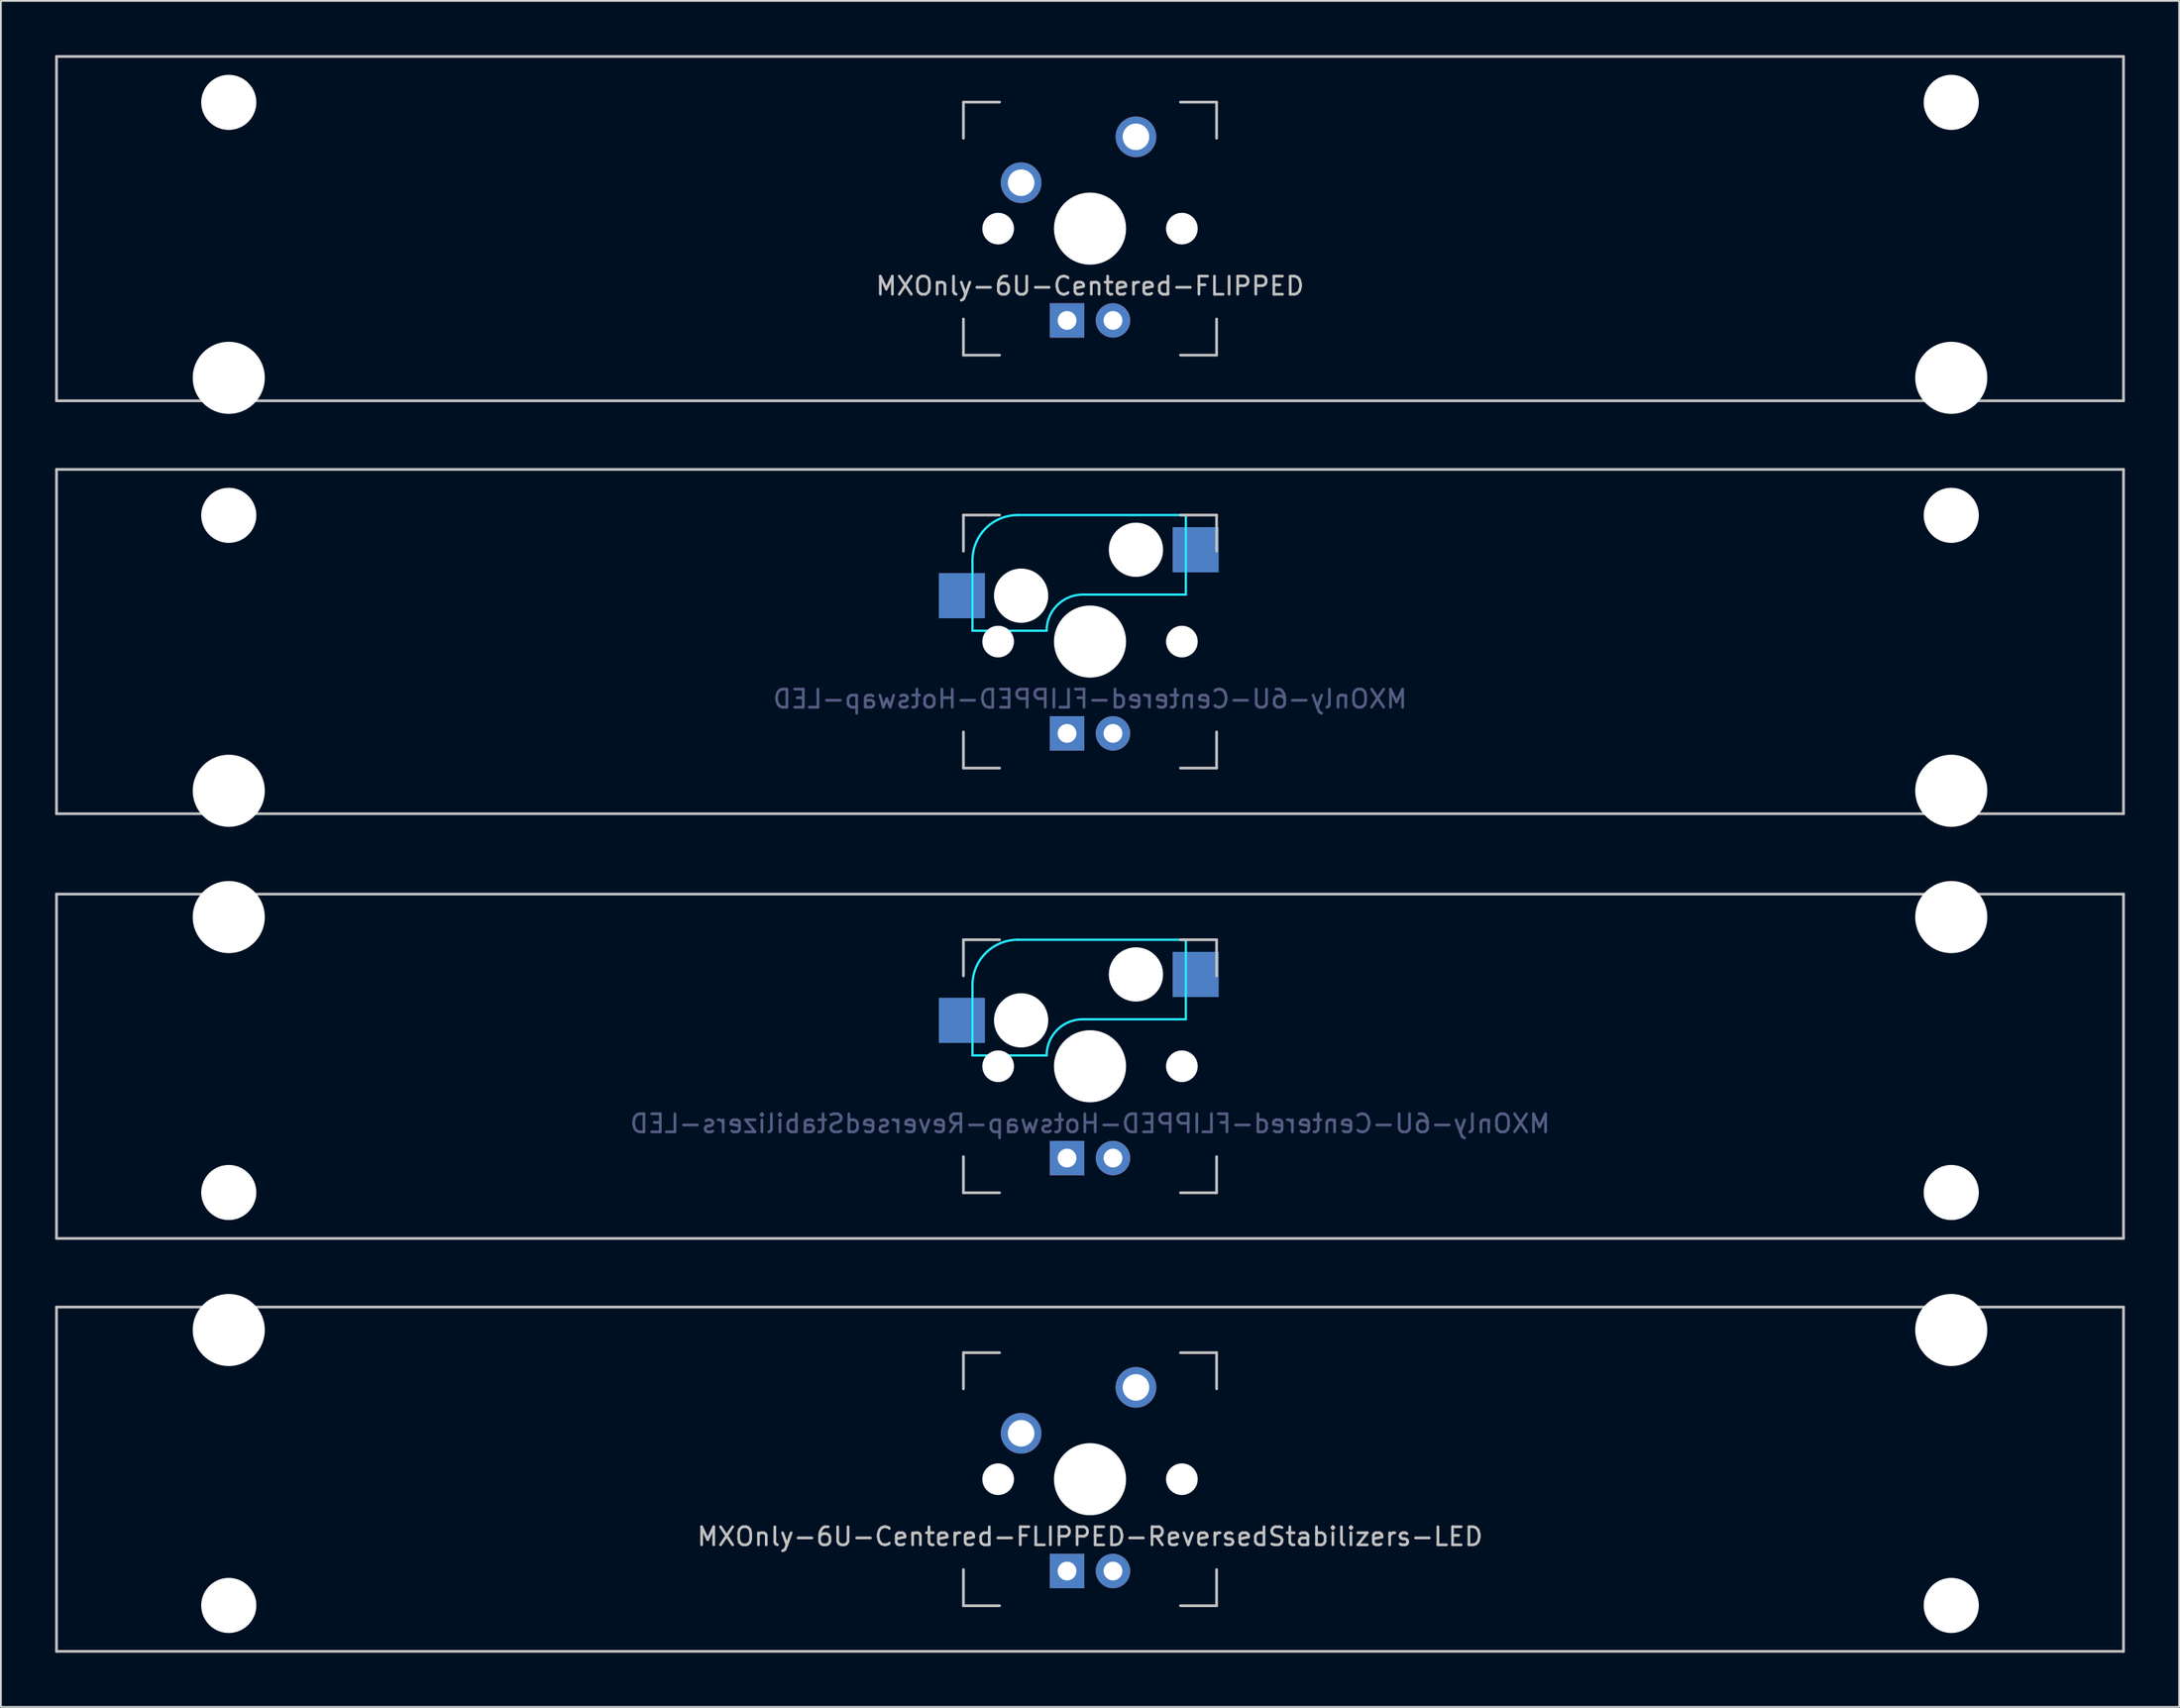
<source format=kicad_pcb>
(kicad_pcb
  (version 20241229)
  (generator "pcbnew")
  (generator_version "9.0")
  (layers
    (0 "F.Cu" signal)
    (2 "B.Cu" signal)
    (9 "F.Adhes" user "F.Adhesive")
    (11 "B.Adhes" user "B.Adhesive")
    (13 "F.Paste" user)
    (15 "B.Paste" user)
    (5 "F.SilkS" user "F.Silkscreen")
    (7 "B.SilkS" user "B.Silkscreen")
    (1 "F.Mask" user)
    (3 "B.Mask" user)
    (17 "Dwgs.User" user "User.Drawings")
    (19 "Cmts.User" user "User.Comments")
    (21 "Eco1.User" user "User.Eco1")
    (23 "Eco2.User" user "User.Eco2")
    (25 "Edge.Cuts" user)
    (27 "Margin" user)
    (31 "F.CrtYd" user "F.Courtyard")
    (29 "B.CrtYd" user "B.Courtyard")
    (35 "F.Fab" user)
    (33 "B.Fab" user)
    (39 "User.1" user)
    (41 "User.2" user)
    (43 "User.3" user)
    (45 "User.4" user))
  (footprint "MXOnly-6U-Centered-FLIPPED-Hotswap-ReversedStabilizers-LED"
    (layer "F.Cu")
    (at 57.225 55.947)
    (property "Reference" "MXOnly-6U-Centered-FLIPPED-Hotswap-ReversedStabilizers-LED" (at 0 3.175 0) (layer "B.Fab") (effects (font (size 1 1) (thickness 0.15)) (justify mirror)))
    (attr through_hole)
    (fp_line (start -57.15 -9.525) (end 57.15 -9.525) (stroke (width 0.15) (type solid)) (layer "Dwgs.User"))
    (fp_line (start -57.15 9.525) (end -57.15 -9.525) (stroke (width 0.15) (type solid)) (layer "Dwgs.User"))
    (fp_line (start -57.15 9.525) (end 57.15 9.525) (stroke (width 0.15) (type solid)) (layer "Dwgs.User"))
    (fp_line (start -7 -7) (end -7 -5) (stroke (width 0.15) (type solid)) (layer "Dwgs.User"))
    (fp_line (start -7 5) (end -7 7) (stroke (width 0.15) (type solid)) (layer "Dwgs.User"))
    (fp_line (start -7 7) (end -5 7) (stroke (width 0.15) (type solid)) (layer "Dwgs.User"))
    (fp_line (start -5 -7) (end -7 -7) (stroke (width 0.15) (type solid)) (layer "Dwgs.User"))
    (fp_line (start 5 -7) (end 7 -7) (stroke (width 0.15) (type solid)) (layer "Dwgs.User"))
    (fp_line (start 5 7) (end 7 7) (stroke (width 0.15) (type solid)) (layer "Dwgs.User"))
    (fp_line (start 7 -7) (end 7 -5) (stroke (width 0.15) (type solid)) (layer "Dwgs.User"))
    (fp_line (start 7 7) (end 7 5) (stroke (width 0.15) (type solid)) (layer "Dwgs.User"))
    (fp_line (start 57.15 -9.525) (end 57.15 9.525) (stroke (width 0.15) (type solid)) (layer "Dwgs.User"))
    (fp_line (start -6.5 -4.5) (end -6.5 -0.6) (stroke (width 0.127) (type solid)) (layer "B.CrtYd"))
    (fp_line (start -6.5 -0.6) (end -2.4 -0.6) (stroke (width 0.127) (type solid)) (layer "B.CrtYd"))
    (fp_line (start -0.4 -2.6) (end 5.3 -2.6) (stroke (width 0.127) (type solid)) (layer "B.CrtYd"))
    (fp_line (start 5.3 -7) (end -4 -7) (stroke (width 0.127) (type solid)) (layer "B.CrtYd"))
    (fp_line (start 5.3 -7) (end 5.3 -2.6) (stroke (width 0.127) (type solid)) (layer "B.CrtYd"))
    (fp_arc (start -6.5 -4.5) (mid -5.767767 -6.267767) (end -4 -7) (stroke (width 0.127) (type solid)) (layer "B.CrtYd"))
    (fp_arc (start -2.4 -0.6) (mid -1.814214 -2.014214) (end -0.4 -2.6) (stroke (width 0.127) (type solid)) (layer "B.CrtYd"))
    (pad "" np_thru_hole circle (at -47.625 -8.255) (size 3.988 3.988) (drill 3.988) (layers "*.Cu" "*.Mask"))
    (pad "" np_thru_hole circle (at -47.625 6.985) (size 3.048 3.048) (drill 3.048) (layers "*.Cu" "*.Mask"))
    (pad "" np_thru_hole circle (at -5.08 0 48.1) (size 1.75 1.75) (drill 1.75) (layers "*.Cu" "*.Mask"))
    (pad "" np_thru_hole circle (at -3.81 -2.54) (size 3 3) (drill 3) (layers "*.Cu" "*.Mask"))
    (pad "" np_thru_hole circle (at 0 0) (size 3.988 3.988) (drill 3.988) (layers "*.Cu" "*.Mask"))
    (pad "" np_thru_hole circle (at 2.54 -5.08) (size 3 3) (drill 3) (layers "*.Cu" "*.Mask"))
    (pad "" np_thru_hole circle (at 5.08 0 48.1) (size 1.75 1.75) (drill 1.75) (layers "*.Cu" "*.Mask"))
    (pad "" np_thru_hole circle (at 47.625 -8.255) (size 3.988 3.988) (drill 3.988) (layers "*.Cu" "*.Mask"))
    (pad "" np_thru_hole circle (at 47.625 6.985) (size 3.048 3.048) (drill 3.048) (layers "*.Cu" "*.Mask"))
    (pad "1" smd rect (at -7.085 -2.54) (size 2.55 2.5) (layers "B.Cu" "B.Mask" "B.Paste"))
    (pad "2" smd rect (at 5.842 -5.08) (size 2.55 2.5) (layers "B.Cu" "B.Mask" "B.Paste"))
    (pad "3" thru_hole circle (at 1.27 5.08) (size 1.905 1.905) (drill 1.04) (layers "*.Cu" "B.Mask"))
    (pad "4" thru_hole rect (at -1.27 5.08) (size 1.905 1.905) (drill 1.04) (layers "*.Cu" "B.Mask")))
  (footprint "MXOnly-6U-Centered-FLIPPED-ReversedStabilizers-LED"
    (layer "F.Cu")
    (at 57.225 78.796)
    (property "Reference" "MXOnly-6U-Centered-FLIPPED-ReversedStabilizers-LED" (at 0 3.175 0) (layer "Dwgs.User") (effects (font (size 1 1) (thickness 0.15))))
    (attr through_hole)
    (fp_line (start -57.15 -9.525) (end 57.15 -9.525) (stroke (width 0.15) (type solid)) (layer "Dwgs.User"))
    (fp_line (start -57.15 9.525) (end -57.15 -9.525) (stroke (width 0.15) (type solid)) (layer "Dwgs.User"))
    (fp_line (start -57.15 9.525) (end 57.15 9.525) (stroke (width 0.15) (type solid)) (layer "Dwgs.User"))
    (fp_line (start -7 -7) (end -7 -5) (stroke (width 0.15) (type solid)) (layer "Dwgs.User"))
    (fp_line (start -7 5) (end -7 7) (stroke (width 0.15) (type solid)) (layer "Dwgs.User"))
    (fp_line (start -7 7) (end -5 7) (stroke (width 0.15) (type solid)) (layer "Dwgs.User"))
    (fp_line (start -5 -7) (end -7 -7) (stroke (width 0.15) (type solid)) (layer "Dwgs.User"))
    (fp_line (start 5 -7) (end 7 -7) (stroke (width 0.15) (type solid)) (layer "Dwgs.User"))
    (fp_line (start 5 7) (end 7 7) (stroke (width 0.15) (type solid)) (layer "Dwgs.User"))
    (fp_line (start 7 -7) (end 7 -5) (stroke (width 0.15) (type solid)) (layer "Dwgs.User"))
    (fp_line (start 7 7) (end 7 5) (stroke (width 0.15) (type solid)) (layer "Dwgs.User"))
    (fp_line (start 57.15 -9.525) (end 57.15 9.525) (stroke (width 0.15) (type solid)) (layer "Dwgs.User"))
    (pad "" np_thru_hole circle (at -47.625 -8.255) (size 3.988 3.988) (drill 3.988) (layers "*.Cu" "*.Mask"))
    (pad "" np_thru_hole circle (at -47.625 6.985) (size 3.048 3.048) (drill 3.048) (layers "*.Cu" "*.Mask"))
    (pad "" np_thru_hole circle (at -5.08 0 48.1) (size 1.75 1.75) (drill 1.75) (layers "*.Cu" "*.Mask"))
    (pad "" np_thru_hole circle (at 0 0) (size 3.988 3.988) (drill 3.988) (layers "*.Cu" "*.Mask"))
    (pad "" np_thru_hole circle (at 5.08 0 48.1) (size 1.75 1.75) (drill 1.75) (layers "*.Cu" "*.Mask"))
    (pad "" np_thru_hole circle (at 47.625 -8.255) (size 3.988 3.988) (drill 3.988) (layers "*.Cu" "*.Mask"))
    (pad "" np_thru_hole circle (at 47.625 6.985) (size 3.048 3.048) (drill 3.048) (layers "*.Cu" "*.Mask"))
    (pad "1" thru_hole circle (at -3.81 -2.54) (size 2.25 2.25) (drill 1.47) (layers "*.Cu" "B.Mask"))
    (pad "2" thru_hole circle (at 2.54 -5.08) (size 2.25 2.25) (drill 1.47) (layers "*.Cu" "B.Mask"))
    (pad "3" thru_hole circle (at 1.27 5.08) (size 1.905 1.905) (drill 1.04) (layers "*.Cu" "B.Mask"))
    (pad "4" thru_hole rect (at -1.27 5.08) (size 1.905 1.905) (drill 1.04) (layers "*.Cu" "B.Mask")))
  (footprint "MXOnly-6U-Centered-FLIPPED"
    (layer "F.Cu")
    (at 57.225 9.6)
    (property "Reference" "MXOnly-6U-Centered-FLIPPED" (at 0 3.175 0) (layer "Dwgs.User") (effects (font (size 1 1) (thickness 0.15))))
    (attr through_hole)
    (fp_line (start -57.15 -9.525) (end 57.15 -9.525) (stroke (width 0.15) (type solid)) (layer "Dwgs.User"))
    (fp_line (start -57.15 9.525) (end -57.15 -9.525) (stroke (width 0.15) (type solid)) (layer "Dwgs.User"))
    (fp_line (start -57.15 9.525) (end 57.15 9.525) (stroke (width 0.15) (type solid)) (layer "Dwgs.User"))
    (fp_line (start -7 -7) (end -7 -5) (stroke (width 0.15) (type solid)) (layer "Dwgs.User"))
    (fp_line (start -7 5) (end -7 7) (stroke (width 0.15) (type solid)) (layer "Dwgs.User"))
    (fp_line (start -7 7) (end -5 7) (stroke (width 0.15) (type solid)) (layer "Dwgs.User"))
    (fp_line (start -5 -7) (end -7 -7) (stroke (width 0.15) (type solid)) (layer "Dwgs.User"))
    (fp_line (start 5 -7) (end 7 -7) (stroke (width 0.15) (type solid)) (layer "Dwgs.User"))
    (fp_line (start 5 7) (end 7 7) (stroke (width 0.15) (type solid)) (layer "Dwgs.User"))
    (fp_line (start 7 -7) (end 7 -5) (stroke (width 0.15) (type solid)) (layer "Dwgs.User"))
    (fp_line (start 7 7) (end 7 5) (stroke (width 0.15) (type solid)) (layer "Dwgs.User"))
    (fp_line (start 57.15 -9.525) (end 57.15 9.525) (stroke (width 0.15) (type solid)) (layer "Dwgs.User"))
    (pad "" np_thru_hole circle (at -47.625 -6.985) (size 3.048 3.048) (drill 3.048) (layers "*.Cu" "*.Mask"))
    (pad "" np_thru_hole circle (at -47.625 8.255) (size 3.988 3.988) (drill 3.988) (layers "*.Cu" "*.Mask"))
    (pad "" np_thru_hole circle (at -5.08 0 48.1) (size 1.75 1.75) (drill 1.75) (layers "*.Cu" "*.Mask"))
    (pad "" np_thru_hole circle (at 0 0) (size 3.988 3.988) (drill 3.988) (layers "*.Cu" "*.Mask"))
    (pad "" np_thru_hole circle (at 5.08 0 48.1) (size 1.75 1.75) (drill 1.75) (layers "*.Cu" "*.Mask"))
    (pad "" np_thru_hole circle (at 47.625 -6.985) (size 3.048 3.048) (drill 3.048) (layers "*.Cu" "*.Mask"))
    (pad "" np_thru_hole circle (at 47.625 8.255) (size 3.988 3.988) (drill 3.988) (layers "*.Cu" "*.Mask"))
    (pad "1" thru_hole circle (at -3.81 -2.54) (size 2.25 2.25) (drill 1.47) (layers "*.Cu" "B.Mask"))
    (pad "2" thru_hole circle (at 2.54 -5.08) (size 2.25 2.25) (drill 1.47) (layers "*.Cu" "B.Mask"))
    (pad "3" thru_hole circle (at 1.27 5.08) (size 1.905 1.905) (drill 1.04) (layers "*.Cu" "B.Mask"))
    (pad "4" thru_hole rect (at -1.27 5.08) (size 1.905 1.905) (drill 1.04) (layers "*.Cu" "B.Mask")))
  (footprint "MXOnly-6U-Centered-FLIPPED-Hotswap-LED"
    (layer "F.Cu")
    (at 57.225 32.449)
    (property "Reference" "MXOnly-6U-Centered-FLIPPED-Hotswap-LED" (at 0 3.175 0) (layer "B.Fab") (effects (font (size 1 1) (thickness 0.15)) (justify mirror)))
    (attr through_hole)
    (fp_line (start -57.15 -9.525) (end 57.15 -9.525) (stroke (width 0.15) (type solid)) (layer "Dwgs.User"))
    (fp_line (start -57.15 9.525) (end -57.15 -9.525) (stroke (width 0.15) (type solid)) (layer "Dwgs.User"))
    (fp_line (start -57.15 9.525) (end 57.15 9.525) (stroke (width 0.15) (type solid)) (layer "Dwgs.User"))
    (fp_line (start -7 -7) (end -7 -5) (stroke (width 0.15) (type solid)) (layer "Dwgs.User"))
    (fp_line (start -7 5) (end -7 7) (stroke (width 0.15) (type solid)) (layer "Dwgs.User"))
    (fp_line (start -7 7) (end -5 7) (stroke (width 0.15) (type solid)) (layer "Dwgs.User"))
    (fp_line (start -5 -7) (end -7 -7) (stroke (width 0.15) (type solid)) (layer "Dwgs.User"))
    (fp_line (start 5 -7) (end 7 -7) (stroke (width 0.15) (type solid)) (layer "Dwgs.User"))
    (fp_line (start 5 7) (end 7 7) (stroke (width 0.15) (type solid)) (layer "Dwgs.User"))
    (fp_line (start 7 -7) (end 7 -5) (stroke (width 0.15) (type solid)) (layer "Dwgs.User"))
    (fp_line (start 7 7) (end 7 5) (stroke (width 0.15) (type solid)) (layer "Dwgs.User"))
    (fp_line (start 57.15 -9.525) (end 57.15 9.525) (stroke (width 0.15) (type solid)) (layer "Dwgs.User"))
    (fp_line (start -6.5 -4.5) (end -6.5 -0.6) (stroke (width 0.127) (type solid)) (layer "B.CrtYd"))
    (fp_line (start -6.5 -0.6) (end -2.4 -0.6) (stroke (width 0.127) (type solid)) (layer "B.CrtYd"))
    (fp_line (start -0.4 -2.6) (end 5.3 -2.6) (stroke (width 0.127) (type solid)) (layer "B.CrtYd"))
    (fp_line (start 5.3 -7) (end -4 -7) (stroke (width 0.127) (type solid)) (layer "B.CrtYd"))
    (fp_line (start 5.3 -7) (end 5.3 -2.6) (stroke (width 0.127) (type solid)) (layer "B.CrtYd"))
    (fp_arc (start -6.5 -4.5) (mid -5.767767 -6.267767) (end -4 -7) (stroke (width 0.127) (type solid)) (layer "B.CrtYd"))
    (fp_arc (start -2.4 -0.6) (mid -1.814214 -2.014214) (end -0.4 -2.6) (stroke (width 0.127) (type solid)) (layer "B.CrtYd"))
    (pad "" np_thru_hole circle (at -47.625 -6.985) (size 3.048 3.048) (drill 3.048) (layers "*.Cu" "*.Mask"))
    (pad "" np_thru_hole circle (at -47.625 8.255) (size 3.988 3.988) (drill 3.988) (layers "*.Cu" "*.Mask"))
    (pad "" np_thru_hole circle (at -5.08 0 48.1) (size 1.75 1.75) (drill 1.75) (layers "*.Cu" "*.Mask"))
    (pad "" np_thru_hole circle (at -3.81 -2.54) (size 3 3) (drill 3) (layers "*.Cu" "*.Mask"))
    (pad "" np_thru_hole circle (at 0 0) (size 3.988 3.988) (drill 3.988) (layers "*.Cu" "*.Mask"))
    (pad "" np_thru_hole circle (at 2.54 -5.08) (size 3 3) (drill 3) (layers "*.Cu" "*.Mask"))
    (pad "" np_thru_hole circle (at 5.08 0 48.1) (size 1.75 1.75) (drill 1.75) (layers "*.Cu" "*.Mask"))
    (pad "" np_thru_hole circle (at 47.625 -6.985) (size 3.048 3.048) (drill 3.048) (layers "*.Cu" "*.Mask"))
    (pad "" np_thru_hole circle (at 47.625 8.255) (size 3.988 3.988) (drill 3.988) (layers "*.Cu" "*.Mask"))
    (pad "1" smd rect (at -7.085 -2.54) (size 2.55 2.5) (layers "B.Cu" "B.Mask" "B.Paste"))
    (pad "2" smd rect (at 5.842 -5.08) (size 2.55 2.5) (layers "B.Cu" "B.Mask" "B.Paste"))
    (pad "3" thru_hole circle (at 1.27 5.08) (size 1.905 1.905) (drill 1.04) (layers "*.Cu" "B.Mask"))
    (pad "4" thru_hole rect (at -1.27 5.08) (size 1.905 1.905) (drill 1.04) (layers "*.Cu" "B.Mask")))
  (gr_rect
    (start -3 -3)
    (end 117.45 91.396)
    (stroke (width 0.1) (type default))
    (fill no)
    (layer "Edge.Cuts")))
</source>
